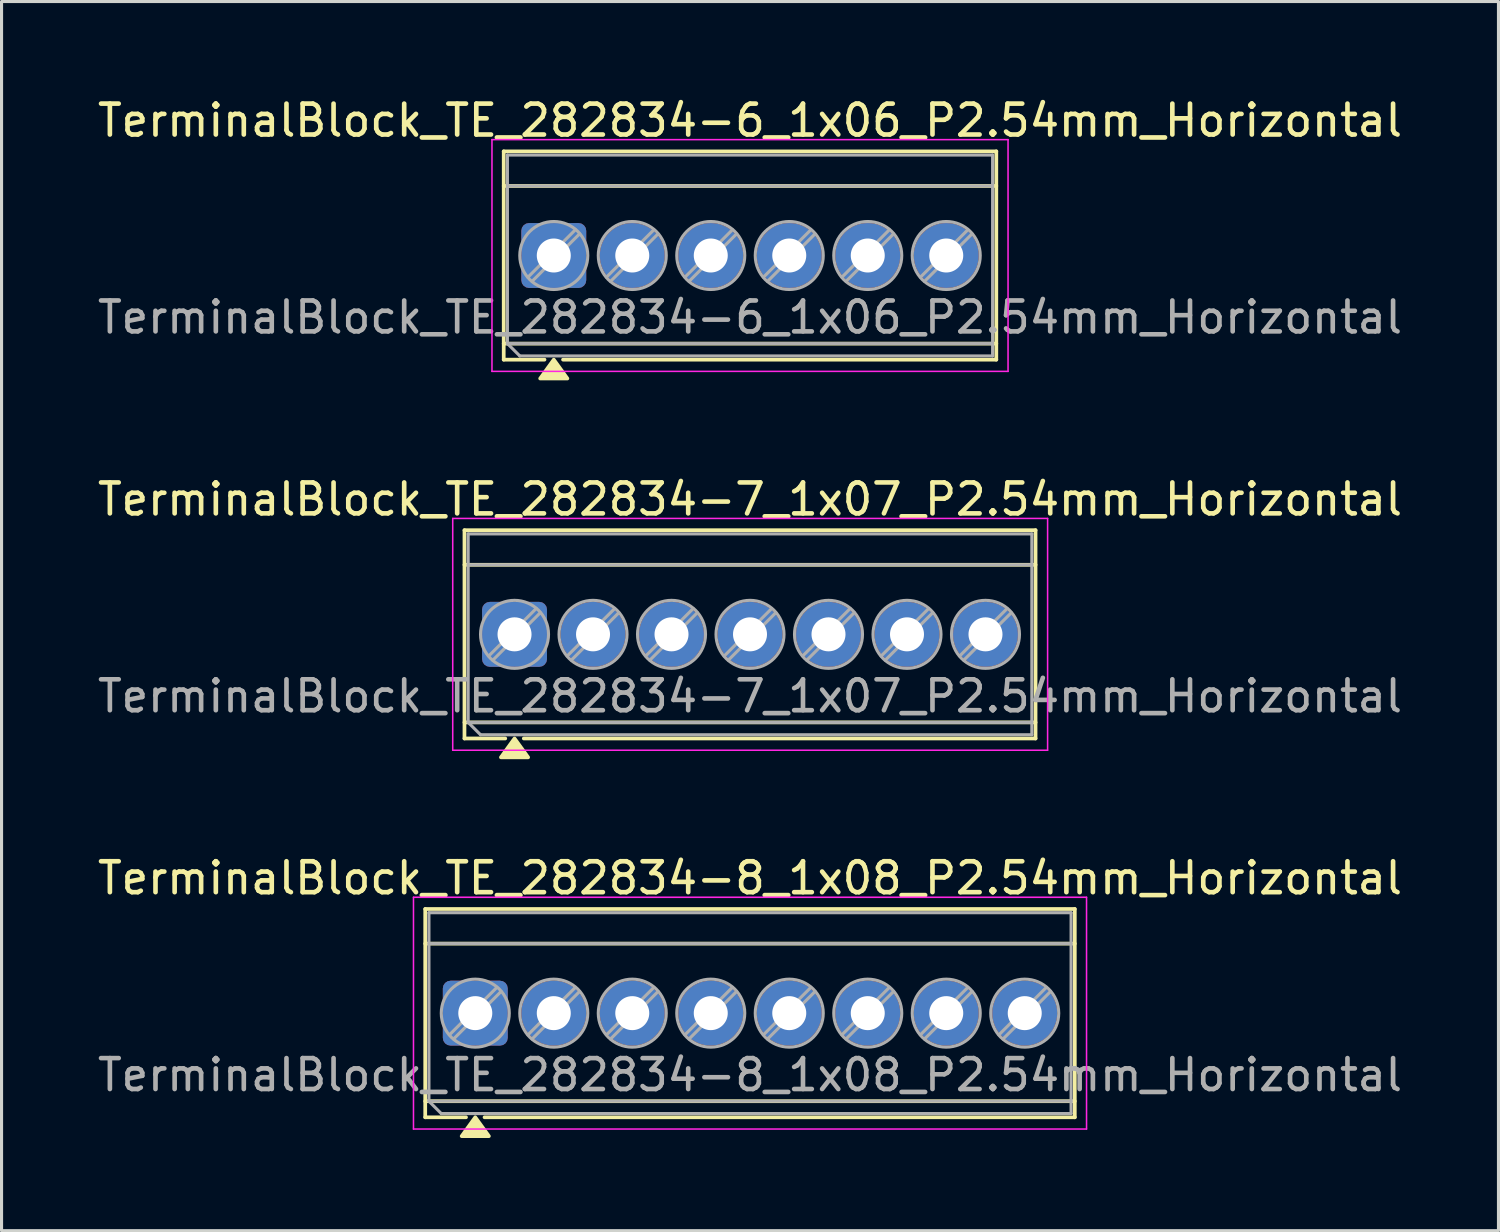
<source format=kicad_pcb>
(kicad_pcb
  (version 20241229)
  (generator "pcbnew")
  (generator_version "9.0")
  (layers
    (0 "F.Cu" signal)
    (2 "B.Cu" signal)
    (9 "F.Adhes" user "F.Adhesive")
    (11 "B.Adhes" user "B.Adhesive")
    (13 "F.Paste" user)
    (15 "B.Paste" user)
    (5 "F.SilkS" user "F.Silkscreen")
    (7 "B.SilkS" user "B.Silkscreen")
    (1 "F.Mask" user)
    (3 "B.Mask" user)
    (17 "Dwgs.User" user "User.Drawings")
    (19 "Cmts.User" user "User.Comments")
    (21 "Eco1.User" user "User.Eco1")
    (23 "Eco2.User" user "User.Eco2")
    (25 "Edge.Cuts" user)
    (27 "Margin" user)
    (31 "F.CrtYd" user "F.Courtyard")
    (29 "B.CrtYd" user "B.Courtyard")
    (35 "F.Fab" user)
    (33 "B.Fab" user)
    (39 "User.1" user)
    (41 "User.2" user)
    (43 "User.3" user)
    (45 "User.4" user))
  (footprint "TerminalBlock_TE_282834-7_1x07_P2.54mm_Horizontal"
    (layer "F.Cu")
    (at 13.6 17.477)
    (property "Reference" "TerminalBlock_TE_282834-7_1x07_P2.54mm_Horizontal" (at 7.62 -4.37 0) (layer "F.SilkS") (effects (font (size 1 1) (thickness 0.15))))
    (attr through_hole)
    (fp_line (start -1.62 -3.37) (end 16.86 -3.37) (stroke (width 0.12) (type solid)) (layer "F.SilkS"))
    (fp_line (start -1.62 -2.25) (end 16.86 -2.25) (stroke (width 0.12) (type solid)) (layer "F.SilkS"))
    (fp_line (start -1.62 2.85) (end 16.86 2.85) (stroke (width 0.12) (type solid)) (layer "F.SilkS"))
    (fp_line (start -1.62 3.37) (end -1.62 -3.37) (stroke (width 0.12) (type solid)) (layer "F.SilkS"))
    (fp_line (start -0.3 3.37) (end -1.62 3.37) (stroke (width 0.12) (type solid)) (layer "F.SilkS"))
    (fp_line (start 16.86 -3.37) (end 16.86 3.37) (stroke (width 0.12) (type solid)) (layer "F.SilkS"))
    (fp_line (start 16.86 3.37) (end 0.3 3.37) (stroke (width 0.12) (type solid)) (layer "F.SilkS"))
    (fp_poly (pts (xy 0 3.37) (xy 0.44 3.98) (xy -0.44 3.98)) (stroke (width 0.12) (type solid)) (fill yes) (layer "F.SilkS"))
    (fp_line (start -2 -3.75) (end -2 3.75) (stroke (width 0.05) (type solid)) (layer "F.CrtYd"))
    (fp_line (start -2 3.75) (end 17.25 3.75) (stroke (width 0.05) (type solid)) (layer "F.CrtYd"))
    (fp_line (start 17.25 -3.75) (end -2 -3.75) (stroke (width 0.05) (type solid)) (layer "F.CrtYd"))
    (fp_line (start 17.25 3.75) (end 17.25 -3.75) (stroke (width 0.05) (type solid)) (layer "F.CrtYd"))
    (fp_line (start -1.5 -3.25) (end 16.74 -3.25) (stroke (width 0.1) (type solid)) (layer "F.Fab"))
    (fp_line (start -1.5 -2.25) (end 16.74 -2.25) (stroke (width 0.1) (type solid)) (layer "F.Fab"))
    (fp_line (start -1.5 2.85) (end -1.5 -3.25) (stroke (width 0.1) (type solid)) (layer "F.Fab"))
    (fp_line (start -1.5 2.85) (end 16.74 2.85) (stroke (width 0.1) (type solid)) (layer "F.Fab"))
    (fp_line (start -1.1 3.25) (end -1.5 2.85) (stroke (width 0.1) (type solid)) (layer "F.Fab"))
    (fp_line (start 0.7 -0.834) (end -0.834 0.7) (stroke (width 0.1) (type solid)) (layer "F.Fab"))
    (fp_line (start 0.834 -0.7) (end -0.7 0.834) (stroke (width 0.1) (type solid)) (layer "F.Fab"))
    (fp_line (start 3.24 -0.834) (end 1.706 0.7) (stroke (width 0.1) (type solid)) (layer "F.Fab"))
    (fp_line (start 3.374 -0.7) (end 1.84 0.834) (stroke (width 0.1) (type solid)) (layer "F.Fab"))
    (fp_line (start 5.78 -0.834) (end 4.246 0.7) (stroke (width 0.1) (type solid)) (layer "F.Fab"))
    (fp_line (start 5.914 -0.7) (end 4.38 0.834) (stroke (width 0.1) (type solid)) (layer "F.Fab"))
    (fp_line (start 8.32 -0.834) (end 6.786 0.7) (stroke (width 0.1) (type solid)) (layer "F.Fab"))
    (fp_line (start 8.454 -0.7) (end 6.92 0.834) (stroke (width 0.1) (type solid)) (layer "F.Fab"))
    (fp_line (start 10.86 -0.834) (end 9.326 0.7) (stroke (width 0.1) (type solid)) (layer "F.Fab"))
    (fp_line (start 10.994 -0.7) (end 9.46 0.834) (stroke (width 0.1) (type solid)) (layer "F.Fab"))
    (fp_line (start 13.4 -0.834) (end 11.866 0.7) (stroke (width 0.1) (type solid)) (layer "F.Fab"))
    (fp_line (start 13.534 -0.7) (end 12 0.834) (stroke (width 0.1) (type solid)) (layer "F.Fab"))
    (fp_line (start 15.94 -0.834) (end 14.406 0.7) (stroke (width 0.1) (type solid)) (layer "F.Fab"))
    (fp_line (start 16.074 -0.7) (end 14.54 0.834) (stroke (width 0.1) (type solid)) (layer "F.Fab"))
    (fp_line (start 16.74 -3.25) (end 16.74 3.25) (stroke (width 0.1) (type solid)) (layer "F.Fab"))
    (fp_line (start 16.74 3.25) (end -1.1 3.25) (stroke (width 0.1) (type solid)) (layer "F.Fab"))
    (fp_circle (center 0 0) (end 1.1 0) (stroke (width 0.1) (type solid)) (fill no) (layer "F.Fab"))
    (fp_circle (center 2.54 0) (end 3.64 0) (stroke (width 0.1) (type solid)) (fill no) (layer "F.Fab"))
    (fp_circle (center 5.08 0) (end 6.18 0) (stroke (width 0.1) (type solid)) (fill no) (layer "F.Fab"))
    (fp_circle (center 7.62 0) (end 8.72 0) (stroke (width 0.1) (type solid)) (fill no) (layer "F.Fab"))
    (fp_circle (center 10.16 0) (end 11.26 0) (stroke (width 0.1) (type solid)) (fill no) (layer "F.Fab"))
    (fp_circle (center 12.7 0) (end 13.8 0) (stroke (width 0.1) (type solid)) (fill no) (layer "F.Fab"))
    (fp_circle (center 15.24 0) (end 16.34 0) (stroke (width 0.1) (type solid)) (fill no) (layer "F.Fab"))
    (fp_text user "${REFERENCE}" (at 7.62 2 0) (layer "F.Fab") (effects (font (size 1 1) (thickness 0.15))))
    (pad "1" thru_hole roundrect (at 0 0) (size 2.1 2.1) (drill 1.1) (layers "*.Cu" "*.Mask") (roundrect_rratio 0.119))
    (pad "2" thru_hole circle (at 2.54 0) (size 2.1 2.1) (drill 1.1) (layers "*.Cu" "*.Mask"))
    (pad "3" thru_hole circle (at 5.08 0) (size 2.1 2.1) (drill 1.1) (layers "*.Cu" "*.Mask"))
    (pad "4" thru_hole circle (at 7.62 0) (size 2.1 2.1) (drill 1.1) (layers "*.Cu" "*.Mask"))
    (pad "5" thru_hole circle (at 10.16 0) (size 2.1 2.1) (drill 1.1) (layers "*.Cu" "*.Mask"))
    (pad "6" thru_hole circle (at 12.7 0) (size 2.1 2.1) (drill 1.1) (layers "*.Cu" "*.Mask"))
    (pad "7" thru_hole circle (at 15.24 0) (size 2.1 2.1) (drill 1.1) (layers "*.Cu" "*.Mask")))
  (footprint "TerminalBlock_TE_282834-8_1x08_P2.54mm_Horizontal"
    (layer "F.Cu")
    (at 12.33 29.735)
    (property "Reference" "TerminalBlock_TE_282834-8_1x08_P2.54mm_Horizontal" (at 8.89 -4.37 0) (layer "F.SilkS") (effects (font (size 1 1) (thickness 0.15))))
    (attr through_hole)
    (fp_line (start -1.62 -3.37) (end 19.4 -3.37) (stroke (width 0.12) (type solid)) (layer "F.SilkS"))
    (fp_line (start -1.62 -2.25) (end 19.4 -2.25) (stroke (width 0.12) (type solid)) (layer "F.SilkS"))
    (fp_line (start -1.62 2.85) (end 19.4 2.85) (stroke (width 0.12) (type solid)) (layer "F.SilkS"))
    (fp_line (start -1.62 3.37) (end -1.62 -3.37) (stroke (width 0.12) (type solid)) (layer "F.SilkS"))
    (fp_line (start -0.3 3.37) (end -1.62 3.37) (stroke (width 0.12) (type solid)) (layer "F.SilkS"))
    (fp_line (start 19.4 -3.37) (end 19.4 3.37) (stroke (width 0.12) (type solid)) (layer "F.SilkS"))
    (fp_line (start 19.4 3.37) (end 0.3 3.37) (stroke (width 0.12) (type solid)) (layer "F.SilkS"))
    (fp_poly (pts (xy 0 3.37) (xy 0.44 3.98) (xy -0.44 3.98)) (stroke (width 0.12) (type solid)) (fill yes) (layer "F.SilkS"))
    (fp_line (start -2 -3.75) (end -2 3.75) (stroke (width 0.05) (type solid)) (layer "F.CrtYd"))
    (fp_line (start -2 3.75) (end 19.78 3.75) (stroke (width 0.05) (type solid)) (layer "F.CrtYd"))
    (fp_line (start 19.78 -3.75) (end -2 -3.75) (stroke (width 0.05) (type solid)) (layer "F.CrtYd"))
    (fp_line (start 19.78 3.75) (end 19.78 -3.75) (stroke (width 0.05) (type solid)) (layer "F.CrtYd"))
    (fp_line (start -1.5 -3.25) (end 19.28 -3.25) (stroke (width 0.1) (type solid)) (layer "F.Fab"))
    (fp_line (start -1.5 -2.25) (end 19.28 -2.25) (stroke (width 0.1) (type solid)) (layer "F.Fab"))
    (fp_line (start -1.5 2.85) (end -1.5 -3.25) (stroke (width 0.1) (type solid)) (layer "F.Fab"))
    (fp_line (start -1.5 2.85) (end 19.28 2.85) (stroke (width 0.1) (type solid)) (layer "F.Fab"))
    (fp_line (start -1.1 3.25) (end -1.5 2.85) (stroke (width 0.1) (type solid)) (layer "F.Fab"))
    (fp_line (start 0.7 -0.834) (end -0.834 0.7) (stroke (width 0.1) (type solid)) (layer "F.Fab"))
    (fp_line (start 0.834 -0.7) (end -0.7 0.834) (stroke (width 0.1) (type solid)) (layer "F.Fab"))
    (fp_line (start 3.24 -0.834) (end 1.706 0.7) (stroke (width 0.1) (type solid)) (layer "F.Fab"))
    (fp_line (start 3.374 -0.7) (end 1.84 0.834) (stroke (width 0.1) (type solid)) (layer "F.Fab"))
    (fp_line (start 5.78 -0.834) (end 4.246 0.7) (stroke (width 0.1) (type solid)) (layer "F.Fab"))
    (fp_line (start 5.914 -0.7) (end 4.38 0.834) (stroke (width 0.1) (type solid)) (layer "F.Fab"))
    (fp_line (start 8.32 -0.834) (end 6.786 0.7) (stroke (width 0.1) (type solid)) (layer "F.Fab"))
    (fp_line (start 8.454 -0.7) (end 6.92 0.834) (stroke (width 0.1) (type solid)) (layer "F.Fab"))
    (fp_line (start 10.86 -0.834) (end 9.326 0.7) (stroke (width 0.1) (type solid)) (layer "F.Fab"))
    (fp_line (start 10.994 -0.7) (end 9.46 0.834) (stroke (width 0.1) (type solid)) (layer "F.Fab"))
    (fp_line (start 13.4 -0.834) (end 11.866 0.7) (stroke (width 0.1) (type solid)) (layer "F.Fab"))
    (fp_line (start 13.534 -0.7) (end 12 0.834) (stroke (width 0.1) (type solid)) (layer "F.Fab"))
    (fp_line (start 15.94 -0.834) (end 14.406 0.7) (stroke (width 0.1) (type solid)) (layer "F.Fab"))
    (fp_line (start 16.074 -0.7) (end 14.54 0.834) (stroke (width 0.1) (type solid)) (layer "F.Fab"))
    (fp_line (start 18.48 -0.834) (end 16.946 0.7) (stroke (width 0.1) (type solid)) (layer "F.Fab"))
    (fp_line (start 18.614 -0.7) (end 17.08 0.834) (stroke (width 0.1) (type solid)) (layer "F.Fab"))
    (fp_line (start 19.28 -3.25) (end 19.28 3.25) (stroke (width 0.1) (type solid)) (layer "F.Fab"))
    (fp_line (start 19.28 3.25) (end -1.1 3.25) (stroke (width 0.1) (type solid)) (layer "F.Fab"))
    (fp_circle (center 0 0) (end 1.1 0) (stroke (width 0.1) (type solid)) (fill no) (layer "F.Fab"))
    (fp_circle (center 2.54 0) (end 3.64 0) (stroke (width 0.1) (type solid)) (fill no) (layer "F.Fab"))
    (fp_circle (center 5.08 0) (end 6.18 0) (stroke (width 0.1) (type solid)) (fill no) (layer "F.Fab"))
    (fp_circle (center 7.62 0) (end 8.72 0) (stroke (width 0.1) (type solid)) (fill no) (layer "F.Fab"))
    (fp_circle (center 10.16 0) (end 11.26 0) (stroke (width 0.1) (type solid)) (fill no) (layer "F.Fab"))
    (fp_circle (center 12.7 0) (end 13.8 0) (stroke (width 0.1) (type solid)) (fill no) (layer "F.Fab"))
    (fp_circle (center 15.24 0) (end 16.34 0) (stroke (width 0.1) (type solid)) (fill no) (layer "F.Fab"))
    (fp_circle (center 17.78 0) (end 18.88 0) (stroke (width 0.1) (type solid)) (fill no) (layer "F.Fab"))
    (fp_text user "${REFERENCE}" (at 8.89 2 0) (layer "F.Fab") (effects (font (size 1 1) (thickness 0.15))))
    (pad "1" thru_hole roundrect (at 0 0) (size 2.1 2.1) (drill 1.1) (layers "*.Cu" "*.Mask") (roundrect_rratio 0.119))
    (pad "2" thru_hole circle (at 2.54 0) (size 2.1 2.1) (drill 1.1) (layers "*.Cu" "*.Mask"))
    (pad "3" thru_hole circle (at 5.08 0) (size 2.1 2.1) (drill 1.1) (layers "*.Cu" "*.Mask"))
    (pad "4" thru_hole circle (at 7.62 0) (size 2.1 2.1) (drill 1.1) (layers "*.Cu" "*.Mask"))
    (pad "5" thru_hole circle (at 10.16 0) (size 2.1 2.1) (drill 1.1) (layers "*.Cu" "*.Mask"))
    (pad "6" thru_hole circle (at 12.7 0) (size 2.1 2.1) (drill 1.1) (layers "*.Cu" "*.Mask"))
    (pad "7" thru_hole circle (at 15.24 0) (size 2.1 2.1) (drill 1.1) (layers "*.Cu" "*.Mask"))
    (pad "8" thru_hole circle (at 17.78 0) (size 2.1 2.1) (drill 1.1) (layers "*.Cu" "*.Mask")))
  (footprint "TerminalBlock_TE_282834-6_1x06_P2.54mm_Horizontal"
    (layer "F.Cu")
    (at 14.87 5.218)
    (property "Reference" "TerminalBlock_TE_282834-6_1x06_P2.54mm_Horizontal" (at 6.35 -4.37 0) (layer "F.SilkS") (effects (font (size 1 1) (thickness 0.15))))
    (attr through_hole)
    (fp_line (start -1.62 -3.37) (end 14.32 -3.37) (stroke (width 0.12) (type solid)) (layer "F.SilkS"))
    (fp_line (start -1.62 -2.25) (end 14.32 -2.25) (stroke (width 0.12) (type solid)) (layer "F.SilkS"))
    (fp_line (start -1.62 2.85) (end 14.32 2.85) (stroke (width 0.12) (type solid)) (layer "F.SilkS"))
    (fp_line (start -1.62 3.37) (end -1.62 -3.37) (stroke (width 0.12) (type solid)) (layer "F.SilkS"))
    (fp_line (start -0.3 3.37) (end -1.62 3.37) (stroke (width 0.12) (type solid)) (layer "F.SilkS"))
    (fp_line (start 14.32 -3.37) (end 14.32 3.37) (stroke (width 0.12) (type solid)) (layer "F.SilkS"))
    (fp_line (start 14.32 3.37) (end 0.3 3.37) (stroke (width 0.12) (type solid)) (layer "F.SilkS"))
    (fp_poly (pts (xy 0 3.37) (xy 0.44 3.98) (xy -0.44 3.98)) (stroke (width 0.12) (type solid)) (fill yes) (layer "F.SilkS"))
    (fp_line (start -2 -3.75) (end -2 3.75) (stroke (width 0.05) (type solid)) (layer "F.CrtYd"))
    (fp_line (start -2 3.75) (end 14.7 3.75) (stroke (width 0.05) (type solid)) (layer "F.CrtYd"))
    (fp_line (start 14.7 -3.75) (end -2 -3.75) (stroke (width 0.05) (type solid)) (layer "F.CrtYd"))
    (fp_line (start 14.7 3.75) (end 14.7 -3.75) (stroke (width 0.05) (type solid)) (layer "F.CrtYd"))
    (fp_line (start -1.5 -3.25) (end 14.2 -3.25) (stroke (width 0.1) (type solid)) (layer "F.Fab"))
    (fp_line (start -1.5 -2.25) (end 14.2 -2.25) (stroke (width 0.1) (type solid)) (layer "F.Fab"))
    (fp_line (start -1.5 2.85) (end -1.5 -3.25) (stroke (width 0.1) (type solid)) (layer "F.Fab"))
    (fp_line (start -1.5 2.85) (end 14.2 2.85) (stroke (width 0.1) (type solid)) (layer "F.Fab"))
    (fp_line (start -1.1 3.25) (end -1.5 2.85) (stroke (width 0.1) (type solid)) (layer "F.Fab"))
    (fp_line (start 0.7 -0.834) (end -0.834 0.7) (stroke (width 0.1) (type solid)) (layer "F.Fab"))
    (fp_line (start 0.834 -0.7) (end -0.7 0.834) (stroke (width 0.1) (type solid)) (layer "F.Fab"))
    (fp_line (start 3.24 -0.834) (end 1.706 0.7) (stroke (width 0.1) (type solid)) (layer "F.Fab"))
    (fp_line (start 3.374 -0.7) (end 1.84 0.834) (stroke (width 0.1) (type solid)) (layer "F.Fab"))
    (fp_line (start 5.78 -0.834) (end 4.246 0.7) (stroke (width 0.1) (type solid)) (layer "F.Fab"))
    (fp_line (start 5.914 -0.7) (end 4.38 0.834) (stroke (width 0.1) (type solid)) (layer "F.Fab"))
    (fp_line (start 8.32 -0.834) (end 6.786 0.7) (stroke (width 0.1) (type solid)) (layer "F.Fab"))
    (fp_line (start 8.454 -0.7) (end 6.92 0.834) (stroke (width 0.1) (type solid)) (layer "F.Fab"))
    (fp_line (start 10.86 -0.834) (end 9.326 0.7) (stroke (width 0.1) (type solid)) (layer "F.Fab"))
    (fp_line (start 10.994 -0.7) (end 9.46 0.834) (stroke (width 0.1) (type solid)) (layer "F.Fab"))
    (fp_line (start 13.4 -0.834) (end 11.866 0.7) (stroke (width 0.1) (type solid)) (layer "F.Fab"))
    (fp_line (start 13.534 -0.7) (end 12 0.834) (stroke (width 0.1) (type solid)) (layer "F.Fab"))
    (fp_line (start 14.2 -3.25) (end 14.2 3.25) (stroke (width 0.1) (type solid)) (layer "F.Fab"))
    (fp_line (start 14.2 3.25) (end -1.1 3.25) (stroke (width 0.1) (type solid)) (layer "F.Fab"))
    (fp_circle (center 0 0) (end 1.1 0) (stroke (width 0.1) (type solid)) (fill no) (layer "F.Fab"))
    (fp_circle (center 2.54 0) (end 3.64 0) (stroke (width 0.1) (type solid)) (fill no) (layer "F.Fab"))
    (fp_circle (center 5.08 0) (end 6.18 0) (stroke (width 0.1) (type solid)) (fill no) (layer "F.Fab"))
    (fp_circle (center 7.62 0) (end 8.72 0) (stroke (width 0.1) (type solid)) (fill no) (layer "F.Fab"))
    (fp_circle (center 10.16 0) (end 11.26 0) (stroke (width 0.1) (type solid)) (fill no) (layer "F.Fab"))
    (fp_circle (center 12.7 0) (end 13.8 0) (stroke (width 0.1) (type solid)) (fill no) (layer "F.Fab"))
    (fp_text user "${REFERENCE}" (at 6.35 2 0) (layer "F.Fab") (effects (font (size 1 1) (thickness 0.15))))
    (pad "1" thru_hole roundrect (at 0 0) (size 2.1 2.1) (drill 1.1) (layers "*.Cu" "*.Mask") (roundrect_rratio 0.119))
    (pad "2" thru_hole circle (at 2.54 0) (size 2.1 2.1) (drill 1.1) (layers "*.Cu" "*.Mask"))
    (pad "3" thru_hole circle (at 5.08 0) (size 2.1 2.1) (drill 1.1) (layers "*.Cu" "*.Mask"))
    (pad "4" thru_hole circle (at 7.62 0) (size 2.1 2.1) (drill 1.1) (layers "*.Cu" "*.Mask"))
    (pad "5" thru_hole circle (at 10.16 0) (size 2.1 2.1) (drill 1.1) (layers "*.Cu" "*.Mask"))
    (pad "6" thru_hole circle (at 12.7 0) (size 2.1 2.1) (drill 1.1) (layers "*.Cu" "*.Mask")))
  (gr_rect
    (start -3 -3)
    (end 45.44 36.775)
    (stroke (width 0.1) (type default))
    (fill no)
    (layer "Edge.Cuts")))
</source>
